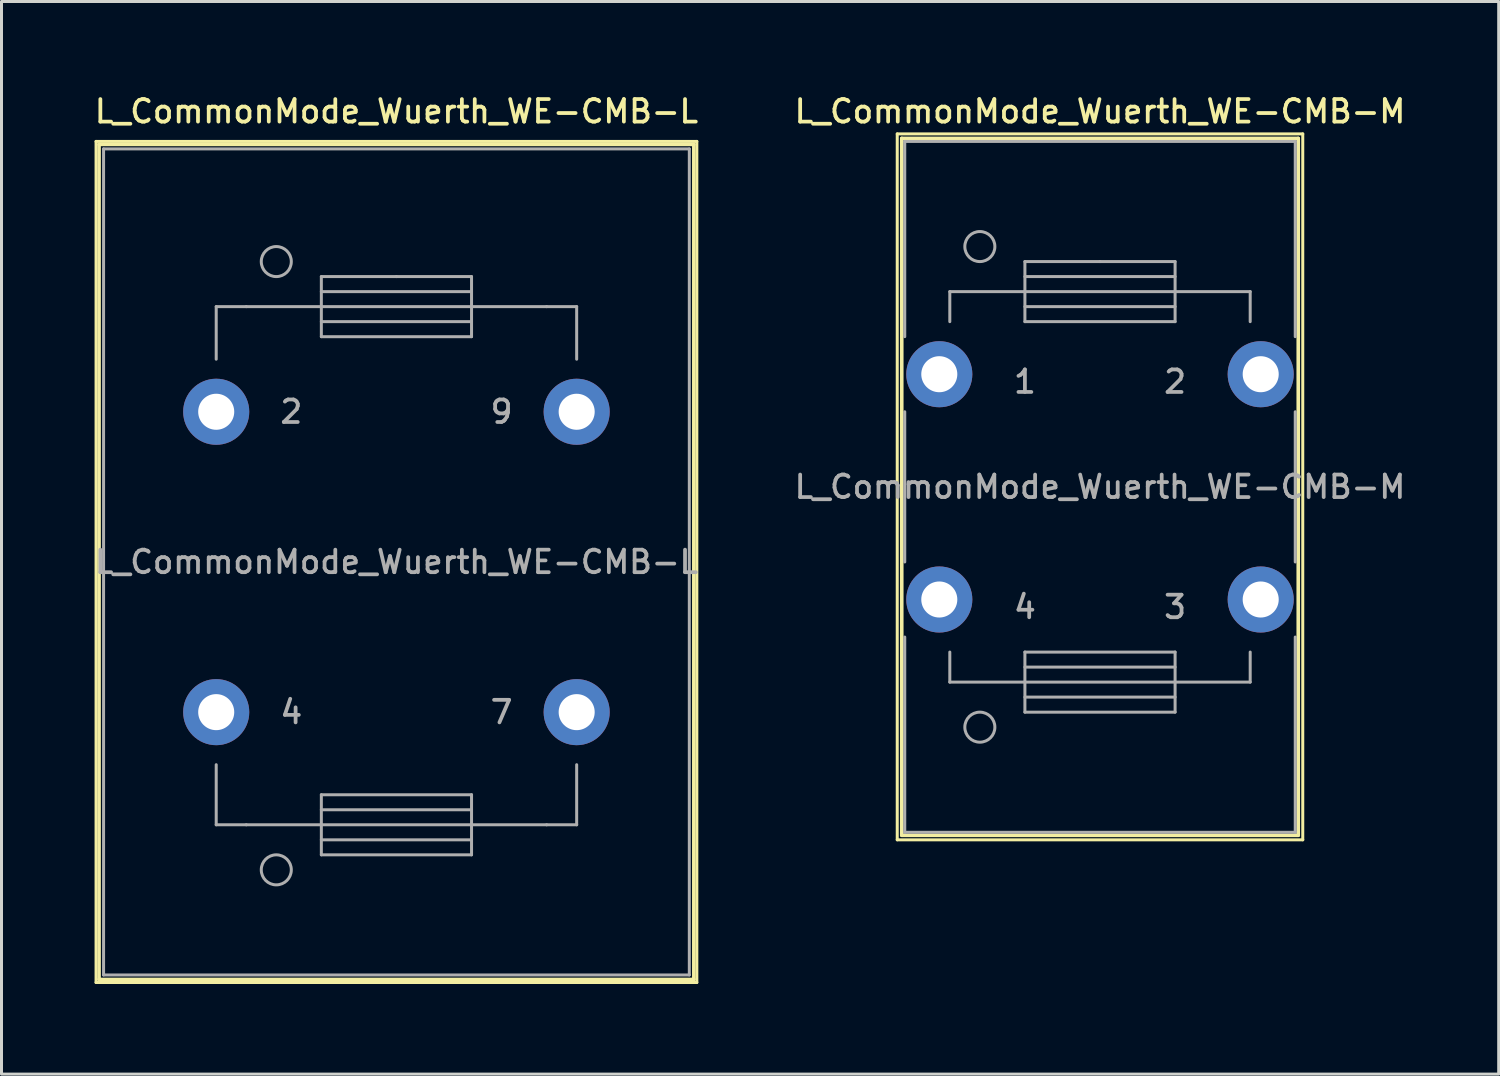
<source format=kicad_pcb>
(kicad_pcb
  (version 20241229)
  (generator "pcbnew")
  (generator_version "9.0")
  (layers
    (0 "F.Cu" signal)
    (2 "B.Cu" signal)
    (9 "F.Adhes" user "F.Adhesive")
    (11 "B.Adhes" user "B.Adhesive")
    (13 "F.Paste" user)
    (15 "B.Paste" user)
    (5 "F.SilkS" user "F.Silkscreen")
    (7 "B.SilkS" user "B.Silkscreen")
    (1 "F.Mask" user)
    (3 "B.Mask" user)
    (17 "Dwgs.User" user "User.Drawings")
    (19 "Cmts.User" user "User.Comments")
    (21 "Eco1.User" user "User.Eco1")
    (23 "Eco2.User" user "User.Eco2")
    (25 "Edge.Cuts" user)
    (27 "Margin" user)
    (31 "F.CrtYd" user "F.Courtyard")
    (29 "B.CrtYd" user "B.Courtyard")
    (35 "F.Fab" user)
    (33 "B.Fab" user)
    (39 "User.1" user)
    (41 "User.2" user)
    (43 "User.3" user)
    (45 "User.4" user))
  (footprint "L_CommonMode_Wuerth_WE-CMB-M"
    (layer "F.Cu")
    (at 28.22 9.408)
    (property "Reference" "L_CommonMode_Wuerth_WE-CMB-M" (at 5.35 -8.75 0) (layer "F.SilkS") (effects (font (size 0.75 0.75) (thickness 0.125))))
    (attr through_hole)
    (fp_line (start -1.4 -8) (end 12.1 -8) (stroke (width 0.1) (type solid)) (layer "F.SilkS"))
    (fp_line (start -1.4 15.5) (end -1.4 -8) (stroke (width 0.1) (type solid)) (layer "F.SilkS"))
    (fp_line (start -1.25 -7.85) (end 11.95 -7.85) (stroke (width 0.12) (type solid)) (layer "F.SilkS"))
    (fp_line (start -1.25 15.35) (end -1.25 -7.85) (stroke (width 0.12) (type solid)) (layer "F.SilkS"))
    (fp_line (start 11.95 -7.85) (end 11.95 15.35) (stroke (width 0.12) (type solid)) (layer "F.SilkS"))
    (fp_line (start 11.95 15.35) (end -1.25 15.35) (stroke (width 0.12) (type solid)) (layer "F.SilkS"))
    (fp_line (start 12.1 -8) (end 12.1 15.5) (stroke (width 0.1) (type solid)) (layer "F.SilkS"))
    (fp_line (start 12.1 15.5) (end -1.4 15.5) (stroke (width 0.1) (type solid)) (layer "F.SilkS"))
    (fp_line (start -1.15 -7.75) (end 11.85 -7.75) (stroke (width 0.1) (type solid)) (layer "F.Fab"))
    (fp_line (start -1.15 -1.25) (end -1.15 -7.75) (stroke (width 0.1) (type solid)) (layer "F.Fab"))
    (fp_line (start -1.15 6.25) (end -1.15 1.25) (stroke (width 0.1) (type solid)) (layer "F.Fab"))
    (fp_line (start -1.15 15.25) (end -1.15 8.75) (stroke (width 0.1) (type solid)) (layer "F.Fab"))
    (fp_line (start 0.35 -2.75) (end 0.35 -1.75) (stroke (width 0.1) (type solid)) (layer "F.Fab"))
    (fp_line (start 0.35 9.25) (end 0.35 10.25) (stroke (width 0.1) (type solid)) (layer "F.Fab"))
    (fp_line (start 0.35 10.25) (end 2.85 10.25) (stroke (width 0.1) (type solid)) (layer "F.Fab"))
    (fp_line (start 2.85 -3.75) (end 5.35 -3.75) (stroke (width 0.1) (type solid)) (layer "F.Fab"))
    (fp_line (start 2.85 -2.75) (end 0.35 -2.75) (stroke (width 0.1) (type solid)) (layer "F.Fab"))
    (fp_line (start 2.85 -2.75) (end 7.85 -2.75) (stroke (width 0.1) (type solid)) (layer "F.Fab"))
    (fp_line (start 2.85 -2.25) (end 7.85 -2.25) (stroke (width 0.1) (type solid)) (layer "F.Fab"))
    (fp_line (start 2.85 -1.75) (end 2.85 -3.75) (stroke (width 0.1) (type solid)) (layer "F.Fab"))
    (fp_line (start 2.85 9.25) (end 7.85 9.25) (stroke (width 0.1) (type solid)) (layer "F.Fab"))
    (fp_line (start 2.85 10.75) (end 7.85 10.75) (stroke (width 0.1) (type solid)) (layer "F.Fab"))
    (fp_line (start 2.85 11.25) (end 2.85 9.25) (stroke (width 0.1) (type solid)) (layer "F.Fab"))
    (fp_line (start 5.35 -3.75) (end 7.85 -3.75) (stroke (width 0.1) (type solid)) (layer "F.Fab"))
    (fp_line (start 7.85 -3.75) (end 7.85 -1.75) (stroke (width 0.1) (type solid)) (layer "F.Fab"))
    (fp_line (start 7.85 -3.25) (end 2.85 -3.25) (stroke (width 0.1) (type solid)) (layer "F.Fab"))
    (fp_line (start 7.85 -2.75) (end 10.35 -2.75) (stroke (width 0.1) (type solid)) (layer "F.Fab"))
    (fp_line (start 7.85 -1.75) (end 2.85 -1.75) (stroke (width 0.1) (type solid)) (layer "F.Fab"))
    (fp_line (start 7.85 9.25) (end 7.85 11.25) (stroke (width 0.1) (type solid)) (layer "F.Fab"))
    (fp_line (start 7.85 9.75) (end 2.85 9.75) (stroke (width 0.1) (type solid)) (layer "F.Fab"))
    (fp_line (start 7.85 10.25) (end 2.85 10.25) (stroke (width 0.1) (type solid)) (layer "F.Fab"))
    (fp_line (start 7.85 11.25) (end 2.85 11.25) (stroke (width 0.1) (type solid)) (layer "F.Fab"))
    (fp_line (start 10.35 -2.75) (end 10.35 -1.75) (stroke (width 0.1) (type solid)) (layer "F.Fab"))
    (fp_line (start 10.35 9.25) (end 10.35 10.25) (stroke (width 0.1) (type solid)) (layer "F.Fab"))
    (fp_line (start 10.35 10.25) (end 7.85 10.25) (stroke (width 0.1) (type solid)) (layer "F.Fab"))
    (fp_line (start 11.85 -7.75) (end 11.85 -1.25) (stroke (width 0.1) (type solid)) (layer "F.Fab"))
    (fp_line (start 11.85 1.25) (end 11.85 6.25) (stroke (width 0.1) (type solid)) (layer "F.Fab"))
    (fp_line (start 11.85 8.75) (end 11.85 15.25) (stroke (width 0.1) (type solid)) (layer "F.Fab"))
    (fp_line (start 11.85 15.25) (end -1.15 15.25) (stroke (width 0.1) (type solid)) (layer "F.Fab"))
    (fp_circle (center 1.35 -4.25) (end 1.85 -4.25) (stroke (width 0.1) (type solid)) (fill no) (layer "F.Fab"))
    (fp_circle (center 1.35 11.75) (end 1.85 11.75) (stroke (width 0.1) (type solid)) (fill no) (layer "F.Fab"))
    (fp_text user "3" (at 7.85 7.75 0) (layer "F.Fab") (effects (font (size 0.75 0.75) (thickness 0.125))))
    (fp_text user "2" (at 7.85 0.25 0) (layer "F.Fab") (effects (font (size 0.75 0.75) (thickness 0.125))))
    (fp_text user "${REFERENCE}" (at 5.35 3.75 0) (layer "F.Fab") (effects (font (size 0.75 0.75) (thickness 0.125))))
    (fp_text user "1" (at 2.85 0.25 0) (layer "F.Fab") (effects (font (size 0.75 0.75) (thickness 0.125))))
    (fp_text user "4" (at 2.85 7.75 0) (layer "F.Fab") (effects (font (size 0.75 0.75) (thickness 0.125))))
    (pad "1" thru_hole circle (at 0 0) (size 2.2 2.2) (drill 1.2) (layers "*.Cu" "*.Mask"))
    (pad "2" thru_hole circle (at 10.7 0) (size 2.2 2.2) (drill 1.2) (layers "*.Cu" "*.Mask"))
    (pad "3" thru_hole circle (at 10.7 7.5) (size 2.2 2.2) (drill 1.2) (layers "*.Cu" "*.Mask"))
    (pad "4" thru_hole circle (at 0 7.5) (size 2.2 2.2) (drill 1.2) (layers "*.Cu" "*.Mask")))
  (footprint "L_CommonMode_Wuerth_WE-CMB-L"
    (layer "F.Cu")
    (at 4.148 10.658)
    (property "Reference" "L_CommonMode_Wuerth_WE-CMB-L" (at 6 -10 0) (layer "F.SilkS") (effects (font (size 0.75 0.75) (thickness 0.125))))
    (attr through_hole)
    (fp_line (start -4 -9) (end -4 19) (stroke (width 0.1) (type solid)) (layer "F.SilkS"))
    (fp_line (start -4 19) (end 16 19) (stroke (width 0.1) (type solid)) (layer "F.SilkS"))
    (fp_line (start -3.9 18.9) (end -3.9 -8.9) (stroke (width 0.12) (type solid)) (layer "F.SilkS"))
    (fp_line (start -3.9 18.9) (end 15.9 18.9) (stroke (width 0.12) (type solid)) (layer "F.SilkS"))
    (fp_line (start 15.9 -8.9) (end -3.9 -8.9) (stroke (width 0.12) (type solid)) (layer "F.SilkS"))
    (fp_line (start 15.9 18.9) (end 15.9 -8.9) (stroke (width 0.12) (type solid)) (layer "F.SilkS"))
    (fp_line (start 16 -9) (end -4 -9) (stroke (width 0.1) (type solid)) (layer "F.SilkS"))
    (fp_line (start 16 19) (end 16 -9) (stroke (width 0.1) (type solid)) (layer "F.SilkS"))
    (fp_line (start -3.75 -8.75) (end -3.75 18.75) (stroke (width 0.1) (type solid)) (layer "F.Fab"))
    (fp_line (start 0 -3.5) (end 0 -1.75) (stroke (width 0.1) (type solid)) (layer "F.Fab"))
    (fp_line (start 0 13.75) (end 0 11.75) (stroke (width 0.1) (type solid)) (layer "F.Fab"))
    (fp_line (start 1 -3.5) (end 0 -3.5) (stroke (width 0.1) (type solid)) (layer "F.Fab"))
    (fp_line (start 1 13.75) (end 0 13.75) (stroke (width 0.1) (type solid)) (layer "F.Fab"))
    (fp_line (start 1 13.75) (end 3.5 13.75) (stroke (width 0.1) (type solid)) (layer "F.Fab"))
    (fp_line (start 3.5 -4.5) (end 6 -4.5) (stroke (width 0.1) (type solid)) (layer "F.Fab"))
    (fp_line (start 3.5 -3.5) (end 1 -3.5) (stroke (width 0.1) (type solid)) (layer "F.Fab"))
    (fp_line (start 3.5 -3.5) (end 8.5 -3.5) (stroke (width 0.1) (type solid)) (layer "F.Fab"))
    (fp_line (start 3.5 -3) (end 8.5 -3) (stroke (width 0.1) (type solid)) (layer "F.Fab"))
    (fp_line (start 3.5 -2.5) (end 3.5 -4.5) (stroke (width 0.1) (type solid)) (layer "F.Fab"))
    (fp_line (start 3.5 12.75) (end 8.5 12.75) (stroke (width 0.1) (type solid)) (layer "F.Fab"))
    (fp_line (start 3.5 14.25) (end 8.5 14.25) (stroke (width 0.1) (type solid)) (layer "F.Fab"))
    (fp_line (start 3.5 14.75) (end 3.5 12.75) (stroke (width 0.1) (type solid)) (layer "F.Fab"))
    (fp_line (start 6 -4.5) (end 8.5 -4.5) (stroke (width 0.1) (type solid)) (layer "F.Fab"))
    (fp_line (start 8.5 -4.5) (end 8.5 -2.5) (stroke (width 0.1) (type solid)) (layer "F.Fab"))
    (fp_line (start 8.5 -4) (end 3.5 -4) (stroke (width 0.1) (type solid)) (layer "F.Fab"))
    (fp_line (start 8.5 -3.5) (end 11 -3.5) (stroke (width 0.1) (type solid)) (layer "F.Fab"))
    (fp_line (start 8.5 -2.5) (end 3.5 -2.5) (stroke (width 0.1) (type solid)) (layer "F.Fab"))
    (fp_line (start 8.5 12.75) (end 8.5 14.75) (stroke (width 0.1) (type solid)) (layer "F.Fab"))
    (fp_line (start 8.5 13.25) (end 3.5 13.25) (stroke (width 0.1) (type solid)) (layer "F.Fab"))
    (fp_line (start 8.5 13.75) (end 3.5 13.75) (stroke (width 0.1) (type solid)) (layer "F.Fab"))
    (fp_line (start 8.5 14.75) (end 3.5 14.75) (stroke (width 0.1) (type solid)) (layer "F.Fab"))
    (fp_line (start 11 -3.5) (end 12 -3.5) (stroke (width 0.1) (type solid)) (layer "F.Fab"))
    (fp_line (start 11 13.75) (end 8.5 13.75) (stroke (width 0.1) (type solid)) (layer "F.Fab"))
    (fp_line (start 11 13.75) (end 12 13.75) (stroke (width 0.1) (type solid)) (layer "F.Fab"))
    (fp_line (start 12 -3.5) (end 12 -1.75) (stroke (width 0.1) (type solid)) (layer "F.Fab"))
    (fp_line (start 12 13.75) (end 12 11.75) (stroke (width 0.1) (type solid)) (layer "F.Fab"))
    (fp_line (start 15.75 -8.75) (end -3.75 -8.75) (stroke (width 0.1) (type solid)) (layer "F.Fab"))
    (fp_line (start 15.75 -8.75) (end 15.75 18.75) (stroke (width 0.1) (type solid)) (layer "F.Fab"))
    (fp_line (start 15.75 18.75) (end -3.75 18.75) (stroke (width 0.1) (type solid)) (layer "F.Fab"))
    (fp_circle (center 2 -5) (end 2.5 -5) (stroke (width 0.1) (type solid)) (fill no) (layer "F.Fab"))
    (fp_circle (center 2 15.25) (end 2.5 15.25) (stroke (width 0.1) (type solid)) (fill no) (layer "F.Fab"))
    (fp_text user "7" (at 9.5 10 0) (layer "F.Fab") (effects (font (size 0.75 0.75) (thickness 0.125))))
    (fp_text user "4" (at 2.5 10 0) (layer "F.Fab") (effects (font (size 0.75 0.75) (thickness 0.125))))
    (fp_text user "2" (at 2.5 0 0) (layer "F.Fab") (effects (font (size 0.75 0.75) (thickness 0.125))))
    (fp_text user "${REFERENCE}" (at 6 5 0) (layer "F.Fab") (effects (font (size 0.75 0.75) (thickness 0.125))))
    (fp_text user "9" (at 9.5 0 0) (layer "F.Fab") (effects (font (size 0.75 0.75) (thickness 0.125))))
    (pad "2" thru_hole circle (at 0 0) (size 2.2 2.2) (drill 1.2) (layers "*.Cu" "*.Mask"))
    (pad "4" thru_hole circle (at 0 10) (size 2.2 2.2) (drill 1.2) (layers "*.Cu" "*.Mask"))
    (pad "7" thru_hole circle (at 12 10) (size 2.2 2.2) (drill 1.2) (layers "*.Cu" "*.Mask"))
    (pad "9" thru_hole circle (at 12 0) (size 2.2 2.2) (drill 1.2) (layers "*.Cu" "*.Mask")))
  (gr_rect
    (start -3 -3)
    (end 46.843 32.708)
    (stroke (width 0.1) (type default))
    (fill no)
    (layer "Edge.Cuts")))
</source>
